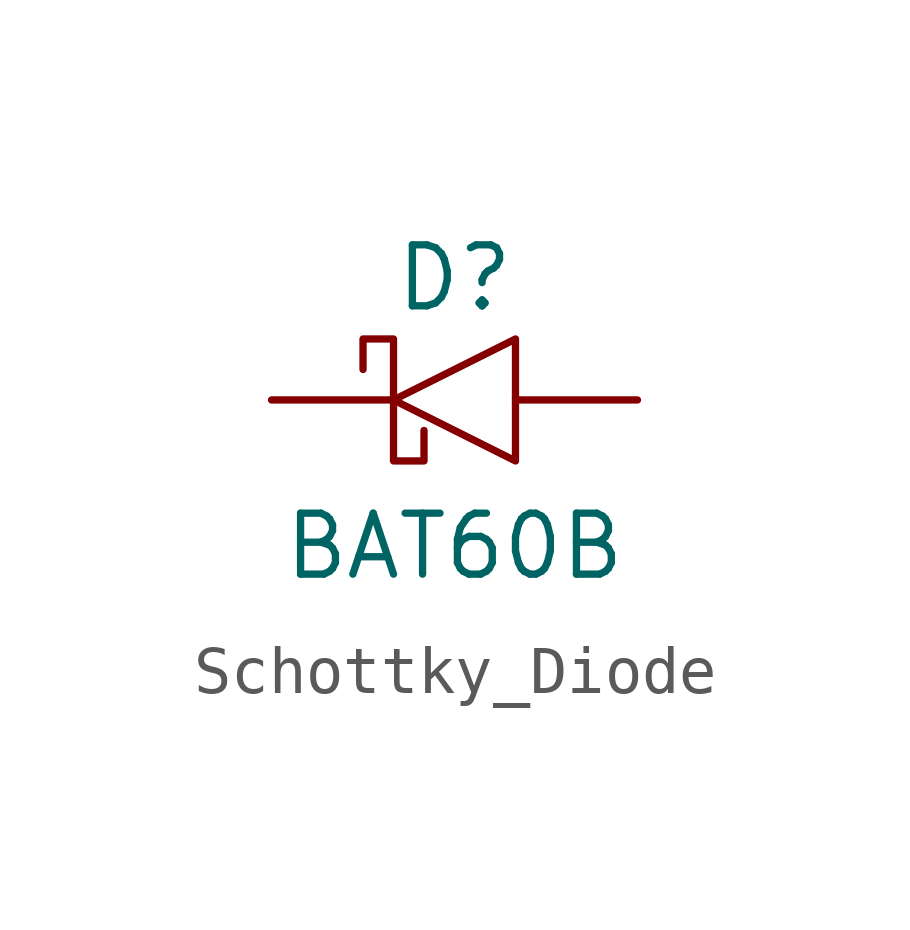
<source format=kicad_sym>
(kicad_symbol_lib
  (version 20231120)
  (generator "kicad_symbol_editor")
  (generator_version "8.0")
  (symbol "Schottky_Diode"
    (pin_numbers hide)
    (pin_names
      (offset 1.016) hide)
    (property "Reference" "D"
      (at 0 2.54 0)
      (effects (font (size 1.27 1.27))))
    (property "Value" "BAT60B"
      (at 0 -3.048 0)
      (effects (font (size 1.27 1.27))))
    (symbol "Schottky_Diode_1_1"
      (polyline (pts (xy 1.27 1.27) (xy 1.27 -1.27) (xy -1.27 0) (xy 1.27 1.27)) (stroke (width 0) (type default)) (fill (type none)))
      (polyline (pts (xy -1.905 0.635) (xy -1.905 1.27) (xy -1.27 1.27) (xy -1.27 -1.27) (xy -0.635 -1.27) (xy -0.635 -0.635)) (stroke (width 0) (type default)) (fill (type none)))
      (pin passive line (at -3.81 0 0) (length 2.54) (name "K" (effects (font (size 1.27 1.27)))) (number "1" (effects (font (size 1.27 1.27)))))
      (pin passive line (at 3.81 0 180) (length 2.54) (name "A" (effects (font (size 1.27 1.27)))) (number "2" (effects (font (size 1.27 1.27))))))))
</source>
